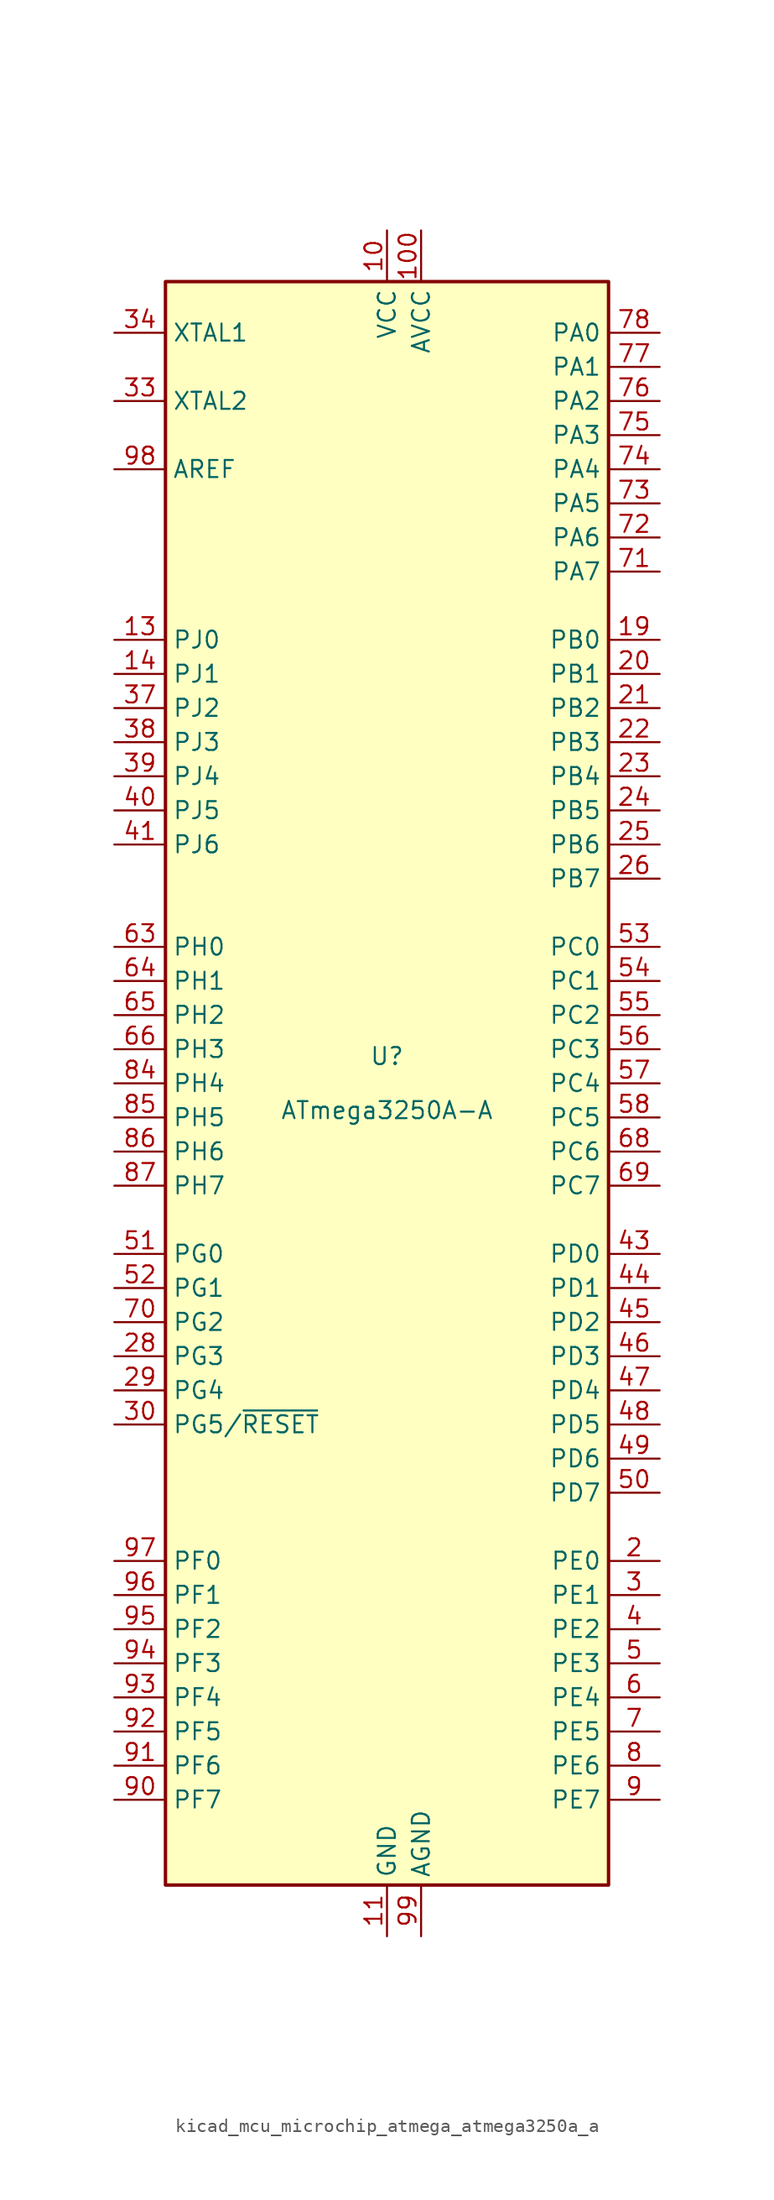
<source format=kicad_sym>
(kicad_symbol_lib
  (version 20220914)
  (generator kicad_symbol_editor)
  (symbol "kicad_mcu_microchip_atmega_atmega3250a_a"
    (property "Reference" "U"
      (at 0 1.27 0)
      (effects (font (size 1.27 1.27)) (justify bottom)))
    (property "Value" "ATmega3250A-A"
      (at 0 -1.27 0)
      (effects (font (size 1.27 1.27)) (justify top)))
    (symbol "kicad_mcu_microchip_atmega_atmega3250a_a_0_1"
      (rectangle (start -16.51 -59.69) (end 16.51 59.69) (stroke (width 0.254) (type default)) (fill (type background))))
    (symbol "kicad_mcu_microchip_atmega_atmega3250a_a_1_1"
      (pin no_connect line (at -15.24 40.64 0) (length 2.54) hide (name "NC" (effects (font (size 1.27 1.27)))) (number "1" (effects (font (size 1.27 1.27)))))
      (pin power_in line (at 0 63.5 270) (length 3.81) (name "VCC" (effects (font (size 1.27 1.27)))) (number "10" (effects (font (size 1.27 1.27)))))
      (pin power_in line (at 2.54 63.5 270) (length 3.81) (name "AVCC" (effects (font (size 1.27 1.27)))) (number "100" (effects (font (size 1.27 1.27)))))
      (pin power_in line (at 0 -63.5 90) (length 3.81) (name "GND" (effects (font (size 1.27 1.27)))) (number "11" (effects (font (size 1.27 1.27)))))
      (pin no_connect line (at -15.24 38.1 0) (length 2.54) hide (name "NC" (effects (font (size 1.27 1.27)))) (number "12" (effects (font (size 1.27 1.27)))))
      (pin bidirectional line (at -20.32 33.02 0) (length 3.81) (name "PJ0" (effects (font (size 1.27 1.27)))) (number "13" (effects (font (size 1.27 1.27)))))
      (pin bidirectional line (at -20.32 30.48 0) (length 3.81) (name "PJ1" (effects (font (size 1.27 1.27)))) (number "14" (effects (font (size 1.27 1.27)))))
      (pin no_connect line (at -15.24 35.56 0) (length 2.54) hide (name "NC" (effects (font (size 1.27 1.27)))) (number "15" (effects (font (size 1.27 1.27)))))
      (pin no_connect line (at -15.24 15.24 0) (length 2.54) hide (name "NC" (effects (font (size 1.27 1.27)))) (number "16" (effects (font (size 1.27 1.27)))))
      (pin no_connect line (at -15.24 12.7 0) (length 2.54) hide (name "NC" (effects (font (size 1.27 1.27)))) (number "17" (effects (font (size 1.27 1.27)))))
      (pin no_connect line (at -15.24 -10.16 0) (length 2.54) hide (name "NC" (effects (font (size 1.27 1.27)))) (number "18" (effects (font (size 1.27 1.27)))))
      (pin bidirectional line (at 20.32 33.02 180) (length 3.81) (name "PB0" (effects (font (size 1.27 1.27)))) (number "19" (effects (font (size 1.27 1.27)))))
      (pin bidirectional line (at 20.32 -35.56 180) (length 3.81) (name "PE0" (effects (font (size 1.27 1.27)))) (number "2" (effects (font (size 1.27 1.27)))))
      (pin bidirectional line (at 20.32 30.48 180) (length 3.81) (name "PB1" (effects (font (size 1.27 1.27)))) (number "20" (effects (font (size 1.27 1.27)))))
      (pin bidirectional line (at 20.32 27.94 180) (length 3.81) (name "PB2" (effects (font (size 1.27 1.27)))) (number "21" (effects (font (size 1.27 1.27)))))
      (pin bidirectional line (at 20.32 25.4 180) (length 3.81) (name "PB3" (effects (font (size 1.27 1.27)))) (number "22" (effects (font (size 1.27 1.27)))))
      (pin bidirectional line (at 20.32 22.86 180) (length 3.81) (name "PB4" (effects (font (size 1.27 1.27)))) (number "23" (effects (font (size 1.27 1.27)))))
      (pin bidirectional line (at 20.32 20.32 180) (length 3.81) (name "PB5" (effects (font (size 1.27 1.27)))) (number "24" (effects (font (size 1.27 1.27)))))
      (pin bidirectional line (at 20.32 17.78 180) (length 3.81) (name "PB6" (effects (font (size 1.27 1.27)))) (number "25" (effects (font (size 1.27 1.27)))))
      (pin bidirectional line (at 20.32 15.24 180) (length 3.81) (name "PB7" (effects (font (size 1.27 1.27)))) (number "26" (effects (font (size 1.27 1.27)))))
      (pin no_connect line (at -15.24 -27.94 0) (length 2.54) hide (name "NC" (effects (font (size 1.27 1.27)))) (number "27" (effects (font (size 1.27 1.27)))))
      (pin bidirectional line (at -20.32 -20.32 0) (length 3.81) (name "PG3" (effects (font (size 1.27 1.27)))) (number "28" (effects (font (size 1.27 1.27)))))
      (pin bidirectional line (at -20.32 -22.86 0) (length 3.81) (name "PG4" (effects (font (size 1.27 1.27)))) (number "29" (effects (font (size 1.27 1.27)))))
      (pin bidirectional line (at 20.32 -38.1 180) (length 3.81) (name "PE1" (effects (font (size 1.27 1.27)))) (number "3" (effects (font (size 1.27 1.27)))))
      (pin bidirectional line (at -20.32 -25.4 0) (length 3.81) (name "PG5/~{RESET}" (effects (font (size 1.27 1.27)))) (number "30" (effects (font (size 1.27 1.27)))))
      (pin passive line (at 0 63.5 270) (length 3.81) hide (name "VCC" (effects (font (size 1.27 1.27)))) (number "31" (effects (font (size 1.27 1.27)))))
      (pin passive line (at 0 -63.5 90) (length 3.81) hide (name "GND" (effects (font (size 1.27 1.27)))) (number "32" (effects (font (size 1.27 1.27)))))
      (pin output line (at -20.32 50.8 0) (length 3.81) (name "XTAL2" (effects (font (size 1.27 1.27)))) (number "33" (effects (font (size 1.27 1.27)))))
      (pin input line (at -20.32 55.88 0) (length 3.81) (name "XTAL1" (effects (font (size 1.27 1.27)))) (number "34" (effects (font (size 1.27 1.27)))))
      (pin no_connect line (at -15.24 -30.48 0) (length 2.54) hide (name "NC" (effects (font (size 1.27 1.27)))) (number "35" (effects (font (size 1.27 1.27)))))
      (pin no_connect line (at -15.24 -33.02 0) (length 2.54) hide (name "NC" (effects (font (size 1.27 1.27)))) (number "36" (effects (font (size 1.27 1.27)))))
      (pin bidirectional line (at -20.32 27.94 0) (length 3.81) (name "PJ2" (effects (font (size 1.27 1.27)))) (number "37" (effects (font (size 1.27 1.27)))))
      (pin bidirectional line (at -20.32 25.4 0) (length 3.81) (name "PJ3" (effects (font (size 1.27 1.27)))) (number "38" (effects (font (size 1.27 1.27)))))
      (pin bidirectional line (at -20.32 22.86 0) (length 3.81) (name "PJ4" (effects (font (size 1.27 1.27)))) (number "39" (effects (font (size 1.27 1.27)))))
      (pin bidirectional line (at 20.32 -40.64 180) (length 3.81) (name "PE2" (effects (font (size 1.27 1.27)))) (number "4" (effects (font (size 1.27 1.27)))))
      (pin bidirectional line (at -20.32 20.32 0) (length 3.81) (name "PJ5" (effects (font (size 1.27 1.27)))) (number "40" (effects (font (size 1.27 1.27)))))
      (pin bidirectional line (at -20.32 17.78 0) (length 3.81) (name "PJ6" (effects (font (size 1.27 1.27)))) (number "41" (effects (font (size 1.27 1.27)))))
      (pin no_connect line (at -15.24 -58.42 90) (length 2.54) hide (name "NC" (effects (font (size 1.27 1.27)))) (number "42" (effects (font (size 1.27 1.27)))))
      (pin bidirectional line (at 20.32 -12.7 180) (length 3.81) (name "PD0" (effects (font (size 1.27 1.27)))) (number "43" (effects (font (size 1.27 1.27)))))
      (pin bidirectional line (at 20.32 -15.24 180) (length 3.81) (name "PD1" (effects (font (size 1.27 1.27)))) (number "44" (effects (font (size 1.27 1.27)))))
      (pin bidirectional line (at 20.32 -17.78 180) (length 3.81) (name "PD2" (effects (font (size 1.27 1.27)))) (number "45" (effects (font (size 1.27 1.27)))))
      (pin bidirectional line (at 20.32 -20.32 180) (length 3.81) (name "PD3" (effects (font (size 1.27 1.27)))) (number "46" (effects (font (size 1.27 1.27)))))
      (pin bidirectional line (at 20.32 -22.86 180) (length 3.81) (name "PD4" (effects (font (size 1.27 1.27)))) (number "47" (effects (font (size 1.27 1.27)))))
      (pin bidirectional line (at 20.32 -25.4 180) (length 3.81) (name "PD5" (effects (font (size 1.27 1.27)))) (number "48" (effects (font (size 1.27 1.27)))))
      (pin bidirectional line (at 20.32 -27.94 180) (length 3.81) (name "PD6" (effects (font (size 1.27 1.27)))) (number "49" (effects (font (size 1.27 1.27)))))
      (pin bidirectional line (at 20.32 -43.18 180) (length 3.81) (name "PE3" (effects (font (size 1.27 1.27)))) (number "5" (effects (font (size 1.27 1.27)))))
      (pin bidirectional line (at 20.32 -30.48 180) (length 3.81) (name "PD7" (effects (font (size 1.27 1.27)))) (number "50" (effects (font (size 1.27 1.27)))))
      (pin bidirectional line (at -20.32 -12.7 0) (length 3.81) (name "PG0" (effects (font (size 1.27 1.27)))) (number "51" (effects (font (size 1.27 1.27)))))
      (pin bidirectional line (at -20.32 -15.24 0) (length 3.81) (name "PG1" (effects (font (size 1.27 1.27)))) (number "52" (effects (font (size 1.27 1.27)))))
      (pin bidirectional line (at 20.32 10.16 180) (length 3.81) (name "PC0" (effects (font (size 1.27 1.27)))) (number "53" (effects (font (size 1.27 1.27)))))
      (pin bidirectional line (at 20.32 7.62 180) (length 3.81) (name "PC1" (effects (font (size 1.27 1.27)))) (number "54" (effects (font (size 1.27 1.27)))))
      (pin bidirectional line (at 20.32 5.08 180) (length 3.81) (name "PC2" (effects (font (size 1.27 1.27)))) (number "55" (effects (font (size 1.27 1.27)))))
      (pin bidirectional line (at 20.32 2.54 180) (length 3.81) (name "PC3" (effects (font (size 1.27 1.27)))) (number "56" (effects (font (size 1.27 1.27)))))
      (pin bidirectional line (at 20.32 0 180) (length 3.81) (name "PC4" (effects (font (size 1.27 1.27)))) (number "57" (effects (font (size 1.27 1.27)))))
      (pin bidirectional line (at 20.32 -2.54 180) (length 3.81) (name "PC5" (effects (font (size 1.27 1.27)))) (number "58" (effects (font (size 1.27 1.27)))))
      (pin no_connect line (at -12.7 -58.42 90) (length 2.54) hide (name "NC" (effects (font (size 1.27 1.27)))) (number "59" (effects (font (size 1.27 1.27)))))
      (pin bidirectional line (at 20.32 -45.72 180) (length 3.81) (name "PE4" (effects (font (size 1.27 1.27)))) (number "6" (effects (font (size 1.27 1.27)))))
      (pin no_connect line (at -10.16 -58.42 90) (length 2.54) hide (name "NC" (effects (font (size 1.27 1.27)))) (number "60" (effects (font (size 1.27 1.27)))))
      (pin no_connect line (at -7.62 -58.42 90) (length 2.54) hide (name "NC" (effects (font (size 1.27 1.27)))) (number "61" (effects (font (size 1.27 1.27)))))
      (pin no_connect line (at -5.08 -58.42 90) (length 2.54) hide (name "NC" (effects (font (size 1.27 1.27)))) (number "62" (effects (font (size 1.27 1.27)))))
      (pin bidirectional line (at -20.32 10.16 0) (length 3.81) (name "PH0" (effects (font (size 1.27 1.27)))) (number "63" (effects (font (size 1.27 1.27)))))
      (pin bidirectional line (at -20.32 7.62 0) (length 3.81) (name "PH1" (effects (font (size 1.27 1.27)))) (number "64" (effects (font (size 1.27 1.27)))))
      (pin bidirectional line (at -20.32 5.08 0) (length 3.81) (name "PH2" (effects (font (size 1.27 1.27)))) (number "65" (effects (font (size 1.27 1.27)))))
      (pin bidirectional line (at -20.32 2.54 0) (length 3.81) (name "PH3" (effects (font (size 1.27 1.27)))) (number "66" (effects (font (size 1.27 1.27)))))
      (pin no_connect line (at -2.54 -58.42 90) (length 2.54) hide (name "NC" (effects (font (size 1.27 1.27)))) (number "67" (effects (font (size 1.27 1.27)))))
      (pin bidirectional line (at 20.32 -5.08 180) (length 3.81) (name "PC6" (effects (font (size 1.27 1.27)))) (number "68" (effects (font (size 1.27 1.27)))))
      (pin bidirectional line (at 20.32 -7.62 180) (length 3.81) (name "PC7" (effects (font (size 1.27 1.27)))) (number "69" (effects (font (size 1.27 1.27)))))
      (pin bidirectional line (at 20.32 -48.26 180) (length 3.81) (name "PE5" (effects (font (size 1.27 1.27)))) (number "7" (effects (font (size 1.27 1.27)))))
      (pin bidirectional line (at -20.32 -17.78 0) (length 3.81) (name "PG2" (effects (font (size 1.27 1.27)))) (number "70" (effects (font (size 1.27 1.27)))))
      (pin bidirectional line (at 20.32 38.1 180) (length 3.81) (name "PA7" (effects (font (size 1.27 1.27)))) (number "71" (effects (font (size 1.27 1.27)))))
      (pin bidirectional line (at 20.32 40.64 180) (length 3.81) (name "PA6" (effects (font (size 1.27 1.27)))) (number "72" (effects (font (size 1.27 1.27)))))
      (pin bidirectional line (at 20.32 43.18 180) (length 3.81) (name "PA5" (effects (font (size 1.27 1.27)))) (number "73" (effects (font (size 1.27 1.27)))))
      (pin bidirectional line (at 20.32 45.72 180) (length 3.81) (name "PA4" (effects (font (size 1.27 1.27)))) (number "74" (effects (font (size 1.27 1.27)))))
      (pin bidirectional line (at 20.32 48.26 180) (length 3.81) (name "PA3" (effects (font (size 1.27 1.27)))) (number "75" (effects (font (size 1.27 1.27)))))
      (pin bidirectional line (at 20.32 50.8 180) (length 3.81) (name "PA2" (effects (font (size 1.27 1.27)))) (number "76" (effects (font (size 1.27 1.27)))))
      (pin bidirectional line (at 20.32 53.34 180) (length 3.81) (name "PA1" (effects (font (size 1.27 1.27)))) (number "77" (effects (font (size 1.27 1.27)))))
      (pin bidirectional line (at 20.32 55.88 180) (length 3.81) (name "PA0" (effects (font (size 1.27 1.27)))) (number "78" (effects (font (size 1.27 1.27)))))
      (pin no_connect line (at 5.08 -58.42 90) (length 2.54) hide (name "NC" (effects (font (size 1.27 1.27)))) (number "79" (effects (font (size 1.27 1.27)))))
      (pin bidirectional line (at 20.32 -50.8 180) (length 3.81) (name "PE6" (effects (font (size 1.27 1.27)))) (number "8" (effects (font (size 1.27 1.27)))))
      (pin passive line (at 0 63.5 270) (length 3.81) hide (name "VCC" (effects (font (size 1.27 1.27)))) (number "80" (effects (font (size 1.27 1.27)))))
      (pin passive line (at 0 -63.5 90) (length 3.81) hide (name "GND" (effects (font (size 1.27 1.27)))) (number "81" (effects (font (size 1.27 1.27)))))
      (pin no_connect line (at 7.62 -58.42 90) (length 2.54) hide (name "NC" (effects (font (size 1.27 1.27)))) (number "82" (effects (font (size 1.27 1.27)))))
      (pin no_connect line (at 10.16 -58.42 90) (length 2.54) hide (name "NC" (effects (font (size 1.27 1.27)))) (number "83" (effects (font (size 1.27 1.27)))))
      (pin bidirectional line (at -20.32 0 0) (length 3.81) (name "PH4" (effects (font (size 1.27 1.27)))) (number "84" (effects (font (size 1.27 1.27)))))
      (pin bidirectional line (at -20.32 -2.54 0) (length 3.81) (name "PH5" (effects (font (size 1.27 1.27)))) (number "85" (effects (font (size 1.27 1.27)))))
      (pin bidirectional line (at -20.32 -5.08 0) (length 3.81) (name "PH6" (effects (font (size 1.27 1.27)))) (number "86" (effects (font (size 1.27 1.27)))))
      (pin bidirectional line (at -20.32 -7.62 0) (length 3.81) (name "PH7" (effects (font (size 1.27 1.27)))) (number "87" (effects (font (size 1.27 1.27)))))
      (pin no_connect line (at 12.7 -58.42 90) (length 2.54) hide (name "NC" (effects (font (size 1.27 1.27)))) (number "88" (effects (font (size 1.27 1.27)))))
      (pin no_connect line (at 15.24 -58.42 90) (length 2.54) hide (name "NC" (effects (font (size 1.27 1.27)))) (number "89" (effects (font (size 1.27 1.27)))))
      (pin bidirectional line (at 20.32 -53.34 180) (length 3.81) (name "PE7" (effects (font (size 1.27 1.27)))) (number "9" (effects (font (size 1.27 1.27)))))
      (pin bidirectional line (at -20.32 -53.34 0) (length 3.81) (name "PF7" (effects (font (size 1.27 1.27)))) (number "90" (effects (font (size 1.27 1.27)))))
      (pin bidirectional line (at -20.32 -50.8 0) (length 3.81) (name "PF6" (effects (font (size 1.27 1.27)))) (number "91" (effects (font (size 1.27 1.27)))))
      (pin bidirectional line (at -20.32 -48.26 0) (length 3.81) (name "PF5" (effects (font (size 1.27 1.27)))) (number "92" (effects (font (size 1.27 1.27)))))
      (pin bidirectional line (at -20.32 -45.72 0) (length 3.81) (name "PF4" (effects (font (size 1.27 1.27)))) (number "93" (effects (font (size 1.27 1.27)))))
      (pin bidirectional line (at -20.32 -43.18 0) (length 3.81) (name "PF3" (effects (font (size 1.27 1.27)))) (number "94" (effects (font (size 1.27 1.27)))))
      (pin bidirectional line (at -20.32 -40.64 0) (length 3.81) (name "PF2" (effects (font (size 1.27 1.27)))) (number "95" (effects (font (size 1.27 1.27)))))
      (pin bidirectional line (at -20.32 -38.1 0) (length 3.81) (name "PF1" (effects (font (size 1.27 1.27)))) (number "96" (effects (font (size 1.27 1.27)))))
      (pin bidirectional line (at -20.32 -35.56 0) (length 3.81) (name "PF0" (effects (font (size 1.27 1.27)))) (number "97" (effects (font (size 1.27 1.27)))))
      (pin passive line (at -20.32 45.72 0) (length 3.81) (name "AREF" (effects (font (size 1.27 1.27)))) (number "98" (effects (font (size 1.27 1.27)))))
      (pin power_in line (at 2.54 -63.5 90) (length 3.81) (name "AGND" (effects (font (size 1.27 1.27)))) (number "99" (effects (font (size 1.27 1.27))))))))
</source>
